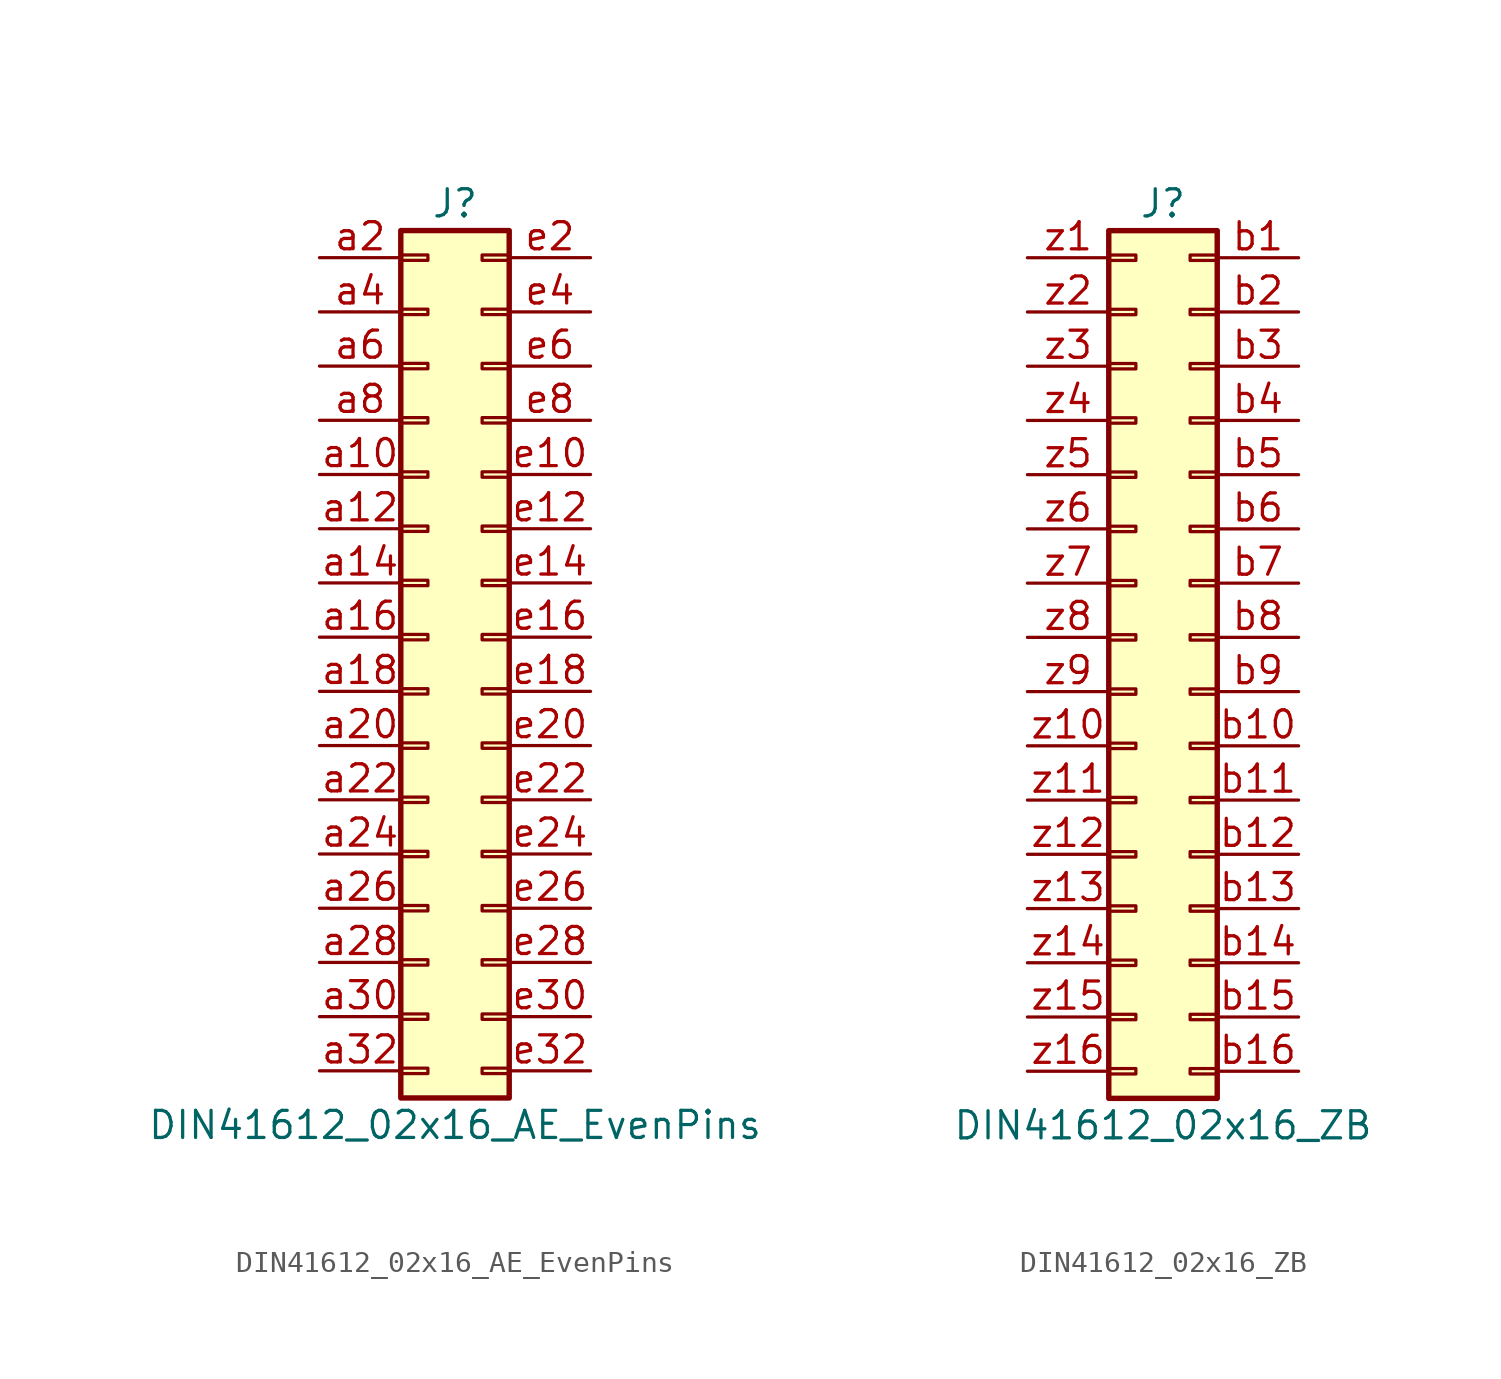
<source format=kicad_sym>
(kicad_symbol_lib
  (version 20201005)
  (generator kicad_symbol_editor)
  (symbol "Connector:DIN41612_02x16_AE_EvenPins"
    (pin_names
      (offset 1.016) hide)
    (property "Reference" "J"
      (at 1.27 20.32 0)
      (effects (font (size 1.27 1.27))))
    (property "Value" "DIN41612_02x16_AE_EvenPins"
      (at 1.27 -22.86 0)
      (effects (font (size 1.27 1.27))))
    (symbol "DIN41612_02x16_AE_EvenPins_1_1"
      (rectangle (start -1.27 -20.193) (end 0 -20.447) (stroke (width 0.152)) (fill (type none)))
      (rectangle (start -1.27 -17.653) (end 0 -17.907) (stroke (width 0.152)) (fill (type none)))
      (rectangle (start -1.27 -15.113) (end 0 -15.367) (stroke (width 0.152)) (fill (type none)))
      (rectangle (start -1.27 -12.573) (end 0 -12.827) (stroke (width 0.152)) (fill (type none)))
      (rectangle (start -1.27 -10.033) (end 0 -10.287) (stroke (width 0.152)) (fill (type none)))
      (rectangle (start -1.27 -7.493) (end 0 -7.747) (stroke (width 0.152)) (fill (type none)))
      (rectangle (start -1.27 -4.953) (end 0 -5.207) (stroke (width 0.152)) (fill (type none)))
      (rectangle (start -1.27 -2.413) (end 0 -2.667) (stroke (width 0.152)) (fill (type none)))
      (rectangle (start -1.27 0.127) (end 0 -0.127) (stroke (width 0.152)) (fill (type none)))
      (rectangle (start -1.27 2.667) (end 0 2.413) (stroke (width 0.152)) (fill (type none)))
      (rectangle (start -1.27 5.207) (end 0 4.953) (stroke (width 0.152)) (fill (type none)))
      (rectangle (start -1.27 7.747) (end 0 7.493) (stroke (width 0.152)) (fill (type none)))
      (rectangle (start -1.27 10.287) (end 0 10.033) (stroke (width 0.152)) (fill (type none)))
      (rectangle (start -1.27 12.827) (end 0 12.573) (stroke (width 0.152)) (fill (type none)))
      (rectangle (start -1.27 15.367) (end 0 15.113) (stroke (width 0.152)) (fill (type none)))
      (rectangle (start -1.27 17.907) (end 0 17.653) (stroke (width 0.152)) (fill (type none)))
      (rectangle (start 3.81 -20.193) (end 2.54 -20.447) (stroke (width 0.152)) (fill (type none)))
      (rectangle (start 3.81 -17.653) (end 2.54 -17.907) (stroke (width 0.152)) (fill (type none)))
      (rectangle (start 3.81 -15.113) (end 2.54 -15.367) (stroke (width 0.152)) (fill (type none)))
      (rectangle (start 3.81 -12.573) (end 2.54 -12.827) (stroke (width 0.152)) (fill (type none)))
      (rectangle (start 3.81 -10.033) (end 2.54 -10.287) (stroke (width 0.152)) (fill (type none)))
      (rectangle (start 3.81 -7.493) (end 2.54 -7.747) (stroke (width 0.152)) (fill (type none)))
      (rectangle (start 3.81 -4.953) (end 2.54 -5.207) (stroke (width 0.152)) (fill (type none)))
      (rectangle (start 3.81 -2.413) (end 2.54 -2.667) (stroke (width 0.152)) (fill (type none)))
      (rectangle (start 3.81 0.127) (end 2.54 -0.127) (stroke (width 0.152)) (fill (type none)))
      (rectangle (start 3.81 2.667) (end 2.54 2.413) (stroke (width 0.152)) (fill (type none)))
      (rectangle (start 3.81 5.207) (end 2.54 4.953) (stroke (width 0.152)) (fill (type none)))
      (rectangle (start 3.81 7.747) (end 2.54 7.493) (stroke (width 0.152)) (fill (type none)))
      (rectangle (start 3.81 10.287) (end 2.54 10.033) (stroke (width 0.152)) (fill (type none)))
      (rectangle (start 3.81 12.827) (end 2.54 12.573) (stroke (width 0.152)) (fill (type none)))
      (rectangle (start 3.81 15.367) (end 2.54 15.113) (stroke (width 0.152)) (fill (type none)))
      (rectangle (start 3.81 17.907) (end 2.54 17.653) (stroke (width 0.152)) (fill (type none)))
      (rectangle (start -1.27 19.05) (end 3.81 -21.59) (stroke (width 0.254)) (fill (type background)))
      (pin passive line (at -5.08 7.62 0) (length 3.81) (name "Pin_a10" (effects (font (size 1.27 1.27)))) (number "a10" (effects (font (size 1.27 1.27)))))
      (pin passive line (at -5.08 5.08 0) (length 3.81) (name "Pin_a12" (effects (font (size 1.27 1.27)))) (number "a12" (effects (font (size 1.27 1.27)))))
      (pin passive line (at -5.08 2.54 0) (length 3.81) (name "Pin_a14" (effects (font (size 1.27 1.27)))) (number "a14" (effects (font (size 1.27 1.27)))))
      (pin passive line (at -5.08 0 0) (length 3.81) (name "Pin_a16" (effects (font (size 1.27 1.27)))) (number "a16" (effects (font (size 1.27 1.27)))))
      (pin passive line (at -5.08 -2.54 0) (length 3.81) (name "Pin_a18" (effects (font (size 1.27 1.27)))) (number "a18" (effects (font (size 1.27 1.27)))))
      (pin passive line (at -5.08 17.78 0) (length 3.81) (name "Pin_a2" (effects (font (size 1.27 1.27)))) (number "a2" (effects (font (size 1.27 1.27)))))
      (pin passive line (at -5.08 -5.08 0) (length 3.81) (name "Pin_a20" (effects (font (size 1.27 1.27)))) (number "a20" (effects (font (size 1.27 1.27)))))
      (pin passive line (at -5.08 -7.62 0) (length 3.81) (name "Pin_a22" (effects (font (size 1.27 1.27)))) (number "a22" (effects (font (size 1.27 1.27)))))
      (pin passive line (at -5.08 -10.16 0) (length 3.81) (name "Pin_a24" (effects (font (size 1.27 1.27)))) (number "a24" (effects (font (size 1.27 1.27)))))
      (pin passive line (at -5.08 -12.7 0) (length 3.81) (name "Pin_a26" (effects (font (size 1.27 1.27)))) (number "a26" (effects (font (size 1.27 1.27)))))
      (pin passive line (at -5.08 -15.24 0) (length 3.81) (name "Pin_a28" (effects (font (size 1.27 1.27)))) (number "a28" (effects (font (size 1.27 1.27)))))
      (pin passive line (at -5.08 -17.78 0) (length 3.81) (name "Pin_a30" (effects (font (size 1.27 1.27)))) (number "a30" (effects (font (size 1.27 1.27)))))
      (pin passive line (at -5.08 -20.32 0) (length 3.81) (name "Pin_a32" (effects (font (size 1.27 1.27)))) (number "a32" (effects (font (size 1.27 1.27)))))
      (pin passive line (at -5.08 15.24 0) (length 3.81) (name "Pin_a4" (effects (font (size 1.27 1.27)))) (number "a4" (effects (font (size 1.27 1.27)))))
      (pin passive line (at -5.08 12.7 0) (length 3.81) (name "Pin_a6" (effects (font (size 1.27 1.27)))) (number "a6" (effects (font (size 1.27 1.27)))))
      (pin passive line (at -5.08 10.16 0) (length 3.81) (name "Pin_a8" (effects (font (size 1.27 1.27)))) (number "a8" (effects (font (size 1.27 1.27)))))
      (pin passive line (at 7.62 7.62 180) (length 3.81) (name "Pin_e10" (effects (font (size 1.27 1.27)))) (number "e10" (effects (font (size 1.27 1.27)))))
      (pin passive line (at 7.62 5.08 180) (length 3.81) (name "Pin_e12" (effects (font (size 1.27 1.27)))) (number "e12" (effects (font (size 1.27 1.27)))))
      (pin passive line (at 7.62 2.54 180) (length 3.81) (name "Pin_e14" (effects (font (size 1.27 1.27)))) (number "e14" (effects (font (size 1.27 1.27)))))
      (pin passive line (at 7.62 0 180) (length 3.81) (name "Pin_e16" (effects (font (size 1.27 1.27)))) (number "e16" (effects (font (size 1.27 1.27)))))
      (pin passive line (at 7.62 -2.54 180) (length 3.81) (name "Pin_e18" (effects (font (size 1.27 1.27)))) (number "e18" (effects (font (size 1.27 1.27)))))
      (pin passive line (at 7.62 17.78 180) (length 3.81) (name "Pin_e2" (effects (font (size 1.27 1.27)))) (number "e2" (effects (font (size 1.27 1.27)))))
      (pin passive line (at 7.62 -5.08 180) (length 3.81) (name "Pin_e20" (effects (font (size 1.27 1.27)))) (number "e20" (effects (font (size 1.27 1.27)))))
      (pin passive line (at 7.62 -7.62 180) (length 3.81) (name "Pin_e22" (effects (font (size 1.27 1.27)))) (number "e22" (effects (font (size 1.27 1.27)))))
      (pin passive line (at 7.62 -10.16 180) (length 3.81) (name "Pin_e24" (effects (font (size 1.27 1.27)))) (number "e24" (effects (font (size 1.27 1.27)))))
      (pin passive line (at 7.62 -12.7 180) (length 3.81) (name "Pin_e26" (effects (font (size 1.27 1.27)))) (number "e26" (effects (font (size 1.27 1.27)))))
      (pin passive line (at 7.62 -15.24 180) (length 3.81) (name "Pin_e28" (effects (font (size 1.27 1.27)))) (number "e28" (effects (font (size 1.27 1.27)))))
      (pin passive line (at 7.62 -17.78 180) (length 3.81) (name "Pin_e30" (effects (font (size 1.27 1.27)))) (number "e30" (effects (font (size 1.27 1.27)))))
      (pin passive line (at 7.62 -20.32 180) (length 3.81) (name "Pin_e32" (effects (font (size 1.27 1.27)))) (number "e32" (effects (font (size 1.27 1.27)))))
      (pin passive line (at 7.62 15.24 180) (length 3.81) (name "Pin_e4" (effects (font (size 1.27 1.27)))) (number "e4" (effects (font (size 1.27 1.27)))))
      (pin passive line (at 7.62 12.7 180) (length 3.81) (name "Pin_e6" (effects (font (size 1.27 1.27)))) (number "e6" (effects (font (size 1.27 1.27)))))
      (pin passive line (at 7.62 10.16 180) (length 3.81) (name "Pin_e8" (effects (font (size 1.27 1.27)))) (number "e8" (effects (font (size 1.27 1.27)))))))
  (symbol "Connector:DIN41612_02x16_ZB"
    (pin_names
      (offset 1.016) hide)
    (property "Reference" "J"
      (at 1.27 20.32 0)
      (effects (font (size 1.27 1.27))))
    (property "Value" "DIN41612_02x16_ZB"
      (at 1.27 -22.86 0)
      (effects (font (size 1.27 1.27))))
    (symbol "DIN41612_02x16_ZB_1_1"
      (rectangle (start -1.27 -20.193) (end 0 -20.447) (stroke (width 0.152)) (fill (type none)))
      (rectangle (start -1.27 -17.653) (end 0 -17.907) (stroke (width 0.152)) (fill (type none)))
      (rectangle (start -1.27 -15.113) (end 0 -15.367) (stroke (width 0.152)) (fill (type none)))
      (rectangle (start -1.27 -12.573) (end 0 -12.827) (stroke (width 0.152)) (fill (type none)))
      (rectangle (start -1.27 -10.033) (end 0 -10.287) (stroke (width 0.152)) (fill (type none)))
      (rectangle (start -1.27 -7.493) (end 0 -7.747) (stroke (width 0.152)) (fill (type none)))
      (rectangle (start -1.27 -4.953) (end 0 -5.207) (stroke (width 0.152)) (fill (type none)))
      (rectangle (start -1.27 -2.413) (end 0 -2.667) (stroke (width 0.152)) (fill (type none)))
      (rectangle (start -1.27 0.127) (end 0 -0.127) (stroke (width 0.152)) (fill (type none)))
      (rectangle (start -1.27 2.667) (end 0 2.413) (stroke (width 0.152)) (fill (type none)))
      (rectangle (start -1.27 5.207) (end 0 4.953) (stroke (width 0.152)) (fill (type none)))
      (rectangle (start -1.27 7.747) (end 0 7.493) (stroke (width 0.152)) (fill (type none)))
      (rectangle (start -1.27 10.287) (end 0 10.033) (stroke (width 0.152)) (fill (type none)))
      (rectangle (start -1.27 12.827) (end 0 12.573) (stroke (width 0.152)) (fill (type none)))
      (rectangle (start -1.27 15.367) (end 0 15.113) (stroke (width 0.152)) (fill (type none)))
      (rectangle (start -1.27 17.907) (end 0 17.653) (stroke (width 0.152)) (fill (type none)))
      (rectangle (start 3.81 -20.193) (end 2.54 -20.447) (stroke (width 0.152)) (fill (type none)))
      (rectangle (start 3.81 -17.653) (end 2.54 -17.907) (stroke (width 0.152)) (fill (type none)))
      (rectangle (start 3.81 -15.113) (end 2.54 -15.367) (stroke (width 0.152)) (fill (type none)))
      (rectangle (start 3.81 -12.573) (end 2.54 -12.827) (stroke (width 0.152)) (fill (type none)))
      (rectangle (start 3.81 -10.033) (end 2.54 -10.287) (stroke (width 0.152)) (fill (type none)))
      (rectangle (start 3.81 -7.493) (end 2.54 -7.747) (stroke (width 0.152)) (fill (type none)))
      (rectangle (start 3.81 -4.953) (end 2.54 -5.207) (stroke (width 0.152)) (fill (type none)))
      (rectangle (start 3.81 -2.413) (end 2.54 -2.667) (stroke (width 0.152)) (fill (type none)))
      (rectangle (start 3.81 0.127) (end 2.54 -0.127) (stroke (width 0.152)) (fill (type none)))
      (rectangle (start 3.81 2.667) (end 2.54 2.413) (stroke (width 0.152)) (fill (type none)))
      (rectangle (start 3.81 5.207) (end 2.54 4.953) (stroke (width 0.152)) (fill (type none)))
      (rectangle (start 3.81 7.747) (end 2.54 7.493) (stroke (width 0.152)) (fill (type none)))
      (rectangle (start 3.81 10.287) (end 2.54 10.033) (stroke (width 0.152)) (fill (type none)))
      (rectangle (start 3.81 12.827) (end 2.54 12.573) (stroke (width 0.152)) (fill (type none)))
      (rectangle (start 3.81 15.367) (end 2.54 15.113) (stroke (width 0.152)) (fill (type none)))
      (rectangle (start 3.81 17.907) (end 2.54 17.653) (stroke (width 0.152)) (fill (type none)))
      (rectangle (start -1.27 19.05) (end 3.81 -21.59) (stroke (width 0.254)) (fill (type background)))
      (pin passive line (at 7.62 17.78 180) (length 3.81) (name "Pin_b1" (effects (font (size 1.27 1.27)))) (number "b1" (effects (font (size 1.27 1.27)))))
      (pin passive line (at 7.62 -5.08 180) (length 3.81) (name "Pin_b10" (effects (font (size 1.27 1.27)))) (number "b10" (effects (font (size 1.27 1.27)))))
      (pin passive line (at 7.62 -7.62 180) (length 3.81) (name "Pin_b11" (effects (font (size 1.27 1.27)))) (number "b11" (effects (font (size 1.27 1.27)))))
      (pin passive line (at 7.62 -10.16 180) (length 3.81) (name "Pin_b12" (effects (font (size 1.27 1.27)))) (number "b12" (effects (font (size 1.27 1.27)))))
      (pin passive line (at 7.62 -12.7 180) (length 3.81) (name "Pin_b13" (effects (font (size 1.27 1.27)))) (number "b13" (effects (font (size 1.27 1.27)))))
      (pin passive line (at 7.62 -15.24 180) (length 3.81) (name "Pin_b14" (effects (font (size 1.27 1.27)))) (number "b14" (effects (font (size 1.27 1.27)))))
      (pin passive line (at 7.62 -17.78 180) (length 3.81) (name "Pin_b15" (effects (font (size 1.27 1.27)))) (number "b15" (effects (font (size 1.27 1.27)))))
      (pin passive line (at 7.62 -20.32 180) (length 3.81) (name "Pin_b16" (effects (font (size 1.27 1.27)))) (number "b16" (effects (font (size 1.27 1.27)))))
      (pin passive line (at 7.62 15.24 180) (length 3.81) (name "Pin_b2" (effects (font (size 1.27 1.27)))) (number "b2" (effects (font (size 1.27 1.27)))))
      (pin passive line (at 7.62 12.7 180) (length 3.81) (name "Pin_b3" (effects (font (size 1.27 1.27)))) (number "b3" (effects (font (size 1.27 1.27)))))
      (pin passive line (at 7.62 10.16 180) (length 3.81) (name "Pin_b4" (effects (font (size 1.27 1.27)))) (number "b4" (effects (font (size 1.27 1.27)))))
      (pin passive line (at 7.62 7.62 180) (length 3.81) (name "Pin_b5" (effects (font (size 1.27 1.27)))) (number "b5" (effects (font (size 1.27 1.27)))))
      (pin passive line (at 7.62 5.08 180) (length 3.81) (name "Pin_b6" (effects (font (size 1.27 1.27)))) (number "b6" (effects (font (size 1.27 1.27)))))
      (pin passive line (at 7.62 2.54 180) (length 3.81) (name "Pin_b7" (effects (font (size 1.27 1.27)))) (number "b7" (effects (font (size 1.27 1.27)))))
      (pin passive line (at 7.62 0 180) (length 3.81) (name "Pin_b8" (effects (font (size 1.27 1.27)))) (number "b8" (effects (font (size 1.27 1.27)))))
      (pin passive line (at 7.62 -2.54 180) (length 3.81) (name "Pin_b9" (effects (font (size 1.27 1.27)))) (number "b9" (effects (font (size 1.27 1.27)))))
      (pin passive line (at -5.08 17.78 0) (length 3.81) (name "Pin_z1" (effects (font (size 1.27 1.27)))) (number "z1" (effects (font (size 1.27 1.27)))))
      (pin passive line (at -5.08 -5.08 0) (length 3.81) (name "Pin_z10" (effects (font (size 1.27 1.27)))) (number "z10" (effects (font (size 1.27 1.27)))))
      (pin passive line (at -5.08 -7.62 0) (length 3.81) (name "Pin_z11" (effects (font (size 1.27 1.27)))) (number "z11" (effects (font (size 1.27 1.27)))))
      (pin passive line (at -5.08 -10.16 0) (length 3.81) (name "Pin_z12" (effects (font (size 1.27 1.27)))) (number "z12" (effects (font (size 1.27 1.27)))))
      (pin passive line (at -5.08 -12.7 0) (length 3.81) (name "Pin_z13" (effects (font (size 1.27 1.27)))) (number "z13" (effects (font (size 1.27 1.27)))))
      (pin passive line (at -5.08 -15.24 0) (length 3.81) (name "Pin_z14" (effects (font (size 1.27 1.27)))) (number "z14" (effects (font (size 1.27 1.27)))))
      (pin passive line (at -5.08 -17.78 0) (length 3.81) (name "Pin_z15" (effects (font (size 1.27 1.27)))) (number "z15" (effects (font (size 1.27 1.27)))))
      (pin passive line (at -5.08 -20.32 0) (length 3.81) (name "Pin_z16" (effects (font (size 1.27 1.27)))) (number "z16" (effects (font (size 1.27 1.27)))))
      (pin passive line (at -5.08 15.24 0) (length 3.81) (name "Pin_z2" (effects (font (size 1.27 1.27)))) (number "z2" (effects (font (size 1.27 1.27)))))
      (pin passive line (at -5.08 12.7 0) (length 3.81) (name "Pin_z3" (effects (font (size 1.27 1.27)))) (number "z3" (effects (font (size 1.27 1.27)))))
      (pin passive line (at -5.08 10.16 0) (length 3.81) (name "Pin_z4" (effects (font (size 1.27 1.27)))) (number "z4" (effects (font (size 1.27 1.27)))))
      (pin passive line (at -5.08 7.62 0) (length 3.81) (name "Pin_z5" (effects (font (size 1.27 1.27)))) (number "z5" (effects (font (size 1.27 1.27)))))
      (pin passive line (at -5.08 5.08 0) (length 3.81) (name "Pin_z6" (effects (font (size 1.27 1.27)))) (number "z6" (effects (font (size 1.27 1.27)))))
      (pin passive line (at -5.08 2.54 0) (length 3.81) (name "Pin_z7" (effects (font (size 1.27 1.27)))) (number "z7" (effects (font (size 1.27 1.27)))))
      (pin passive line (at -5.08 0 0) (length 3.81) (name "Pin_z8" (effects (font (size 1.27 1.27)))) (number "z8" (effects (font (size 1.27 1.27)))))
      (pin passive line (at -5.08 -2.54 0) (length 3.81) (name "Pin_z9" (effects (font (size 1.27 1.27)))) (number "z9" (effects (font (size 1.27 1.27))))))))
</source>
